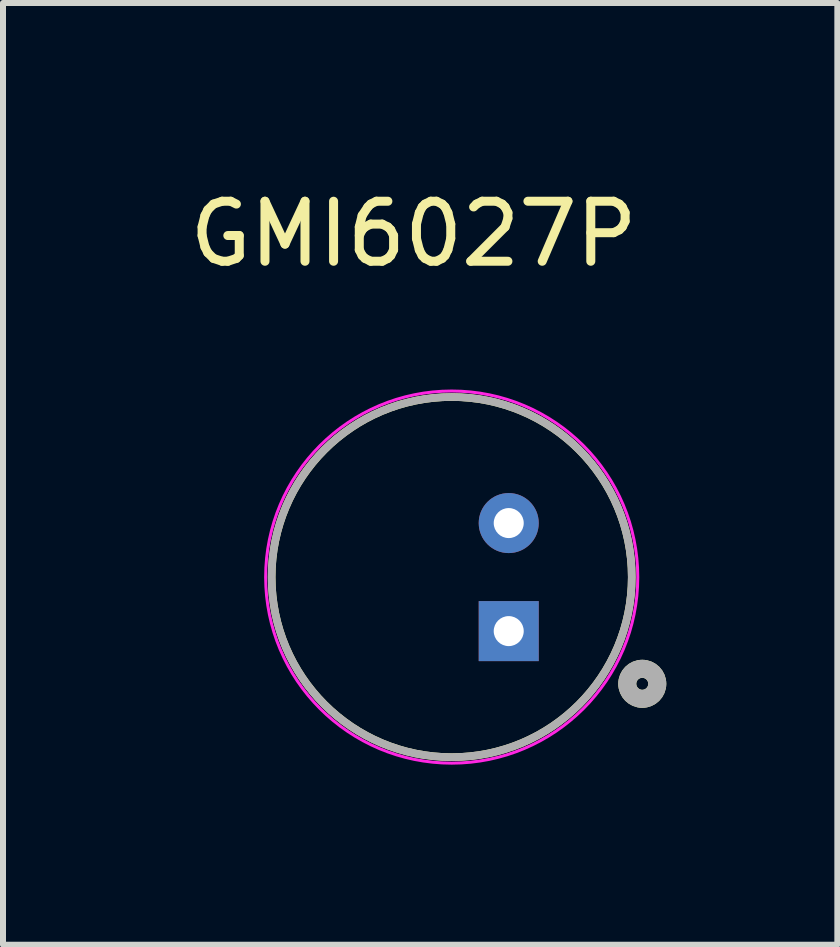
<source format=kicad_pcb>
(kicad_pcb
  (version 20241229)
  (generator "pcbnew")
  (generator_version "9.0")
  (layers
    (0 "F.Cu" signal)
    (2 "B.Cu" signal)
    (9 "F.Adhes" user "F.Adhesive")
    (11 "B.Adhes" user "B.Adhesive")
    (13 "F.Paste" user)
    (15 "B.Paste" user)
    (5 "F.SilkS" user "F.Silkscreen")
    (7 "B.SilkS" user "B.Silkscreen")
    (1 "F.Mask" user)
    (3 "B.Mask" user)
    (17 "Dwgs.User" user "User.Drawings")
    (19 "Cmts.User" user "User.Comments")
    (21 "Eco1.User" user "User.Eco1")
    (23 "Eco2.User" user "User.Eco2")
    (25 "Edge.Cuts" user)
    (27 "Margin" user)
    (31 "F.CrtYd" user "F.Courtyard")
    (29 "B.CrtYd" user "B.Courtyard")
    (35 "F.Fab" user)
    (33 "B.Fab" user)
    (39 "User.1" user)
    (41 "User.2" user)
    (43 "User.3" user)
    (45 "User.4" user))
  (footprint "GMI6027P"
    (layer "F.Cu")
    (at 4.476 6.565)
    (property "Reference" "GMI6027P" (at -0.635 -5.717 0) (layer "F.SilkS") (effects (font (size 1 1) (thickness 0.15))))
    (attr through_hole)
    (fp_circle (center 0 0) (end 3 0) (stroke (width 0.127) (type solid)) (fill no) (layer "F.SilkS"))
    (fp_circle (center 3.175 1.778) (end 3.275 1.778) (stroke (width 0.3) (type solid)) (fill no) (layer "F.SilkS"))
    (fp_circle (center 0 0) (end 3.1 0) (stroke (width 0.05) (type solid)) (fill no) (layer "F.CrtYd"))
    (fp_circle (center 0 0) (end 3 0) (stroke (width 0.127) (type solid)) (fill no) (layer "F.Fab"))
    (fp_circle (center 3.175 1.778) (end 3.275 1.778) (stroke (width 0.3) (type solid)) (fill no) (layer "F.Fab"))
    (pad "1" thru_hole rect (at 0.95 0.9) (size 1 1) (drill 0.5) (layers "*.Cu" "*.Mask"))
    (pad "2" thru_hole circle (at 0.95 -0.9) (size 1 1) (drill 0.5) (layers "*.Cu" "*.Mask")))
  (gr_rect
    (start -3 -3)
    (end 10.901 12.69)
    (stroke (width 0.1) (type default))
    (fill no)
    (layer "Edge.Cuts")))
</source>
